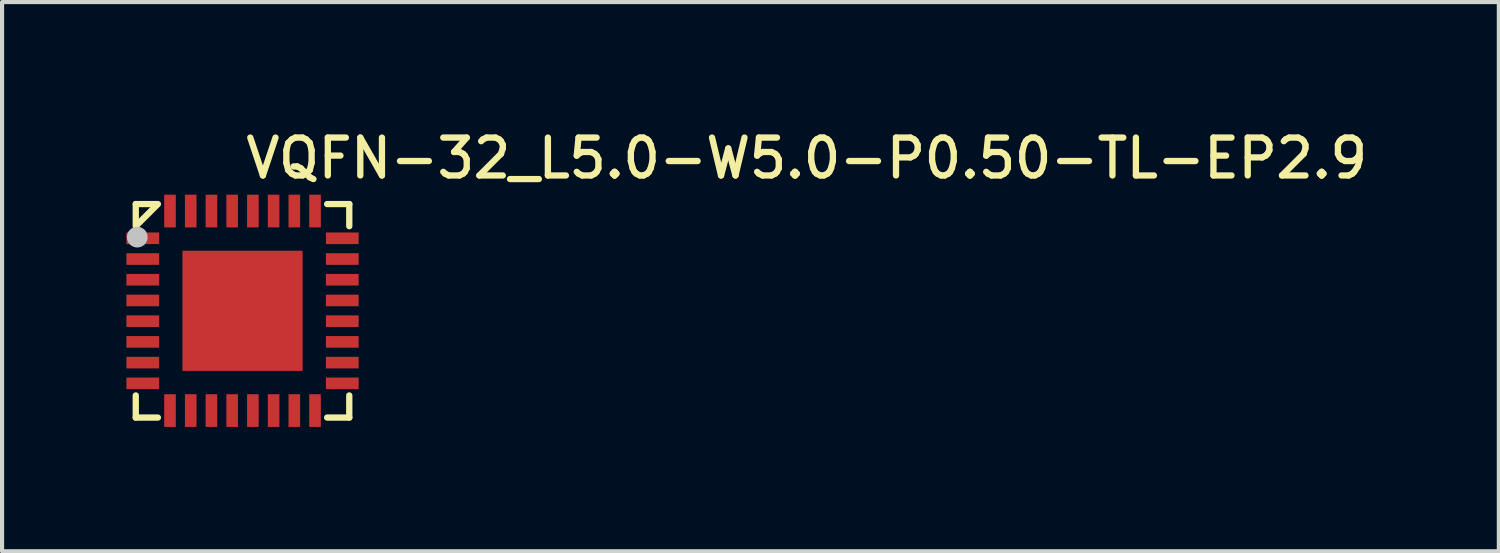
<source format=kicad_pcb>
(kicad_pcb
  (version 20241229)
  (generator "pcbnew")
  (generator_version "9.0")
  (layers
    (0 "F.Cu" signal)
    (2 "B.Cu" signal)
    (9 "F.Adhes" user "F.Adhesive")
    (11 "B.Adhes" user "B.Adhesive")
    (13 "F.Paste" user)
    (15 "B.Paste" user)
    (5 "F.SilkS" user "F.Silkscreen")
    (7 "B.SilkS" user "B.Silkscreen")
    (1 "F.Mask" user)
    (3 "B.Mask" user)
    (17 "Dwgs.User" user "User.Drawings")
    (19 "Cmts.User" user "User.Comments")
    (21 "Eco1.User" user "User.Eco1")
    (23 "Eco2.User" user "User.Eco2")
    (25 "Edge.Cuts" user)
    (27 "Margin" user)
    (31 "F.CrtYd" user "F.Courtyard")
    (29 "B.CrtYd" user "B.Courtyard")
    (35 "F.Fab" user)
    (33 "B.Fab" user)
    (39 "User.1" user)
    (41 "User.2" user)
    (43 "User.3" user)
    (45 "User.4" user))
  (footprint "VQFN-32_L5.0-W5.0-P0.50-TL-EP2.9"
    (layer "F.Cu")
    (at 2.802 4.45)
    (property "Reference" "VQFN-32_L5.0-W5.0-P0.50-TL-EP2.9" (at 0 -4.216 0) (layer "F.SilkS") (effects (font (size 0.914 0.914) (thickness 0.152)) (justify left top)))
    (fp_line (start -2.576 -2.576) (end -2.042 -2.576) (stroke (width 0.152) (type default)) (layer "F.SilkS"))
    (fp_line (start -2.576 -2.042) (end -2.576 -2.576) (stroke (width 0.152) (type default)) (layer "F.SilkS"))
    (fp_line (start -2.576 2.042) (end -2.576 2.576) (stroke (width 0.152) (type default)) (layer "F.SilkS"))
    (fp_line (start -2.576 2.576) (end -2.042 2.576) (stroke (width 0.152) (type default)) (layer "F.SilkS"))
    (fp_line (start -2.07 -2.549) (end -2.549 -2.07) (stroke (width 0.152) (type default)) (layer "F.SilkS"))
    (fp_line (start 2.576 -2.576) (end 2.042 -2.576) (stroke (width 0.152) (type default)) (layer "F.SilkS"))
    (fp_line (start 2.576 -2.042) (end 2.576 -2.576) (stroke (width 0.152) (type default)) (layer "F.SilkS"))
    (fp_line (start 2.576 2.042) (end 2.576 2.576) (stroke (width 0.152) (type default)) (layer "F.SilkS"))
    (fp_line (start 2.576 2.576) (end 2.042 2.576) (stroke (width 0.152) (type default)) (layer "F.SilkS"))
    (fp_circle (center -2.54 -1.778) (end -2.415 -1.778) (stroke (width 0.25) (type default)) (fill no) (layer "Dwgs.User"))
    (fp_circle (center -2.5 -2.5) (end -2.47 -2.5) (stroke (width 0.06) (type default)) (fill no) (layer "User.5"))
    (pad "1" smd rect (at -2.407 -1.75) (size 0.79 0.28) (layers "F.Cu" "F.Mask" "F.Paste"))
    (pad "2" smd rect (at -2.407 -1.25) (size 0.79 0.28) (layers "F.Cu" "F.Mask" "F.Paste"))
    (pad "3" smd rect (at -2.407 -0.75) (size 0.79 0.28) (layers "F.Cu" "F.Mask" "F.Paste"))
    (pad "4" smd rect (at -2.407 -0.25) (size 0.79 0.28) (layers "F.Cu" "F.Mask" "F.Paste"))
    (pad "5" smd rect (at -2.407 0.25) (size 0.79 0.28) (layers "F.Cu" "F.Mask" "F.Paste"))
    (pad "6" smd rect (at -2.407 0.75) (size 0.79 0.28) (layers "F.Cu" "F.Mask" "F.Paste"))
    (pad "7" smd rect (at -2.407 1.25) (size 0.79 0.28) (layers "F.Cu" "F.Mask" "F.Paste"))
    (pad "8" smd rect (at -2.407 1.75) (size 0.79 0.28) (layers "F.Cu" "F.Mask" "F.Paste"))
    (pad "9" smd rect (at -1.75 2.407) (size 0.28 0.79) (layers "F.Cu" "F.Mask" "F.Paste"))
    (pad "10" smd rect (at -1.25 2.407) (size 0.28 0.79) (layers "F.Cu" "F.Mask" "F.Paste"))
    (pad "11" smd rect (at -0.75 2.407) (size 0.28 0.79) (layers "F.Cu" "F.Mask" "F.Paste"))
    (pad "12" smd rect (at -0.25 2.407) (size 0.28 0.79) (layers "F.Cu" "F.Mask" "F.Paste"))
    (pad "13" smd rect (at 0.25 2.407) (size 0.28 0.79) (layers "F.Cu" "F.Mask" "F.Paste"))
    (pad "14" smd rect (at 0.75 2.407) (size 0.28 0.79) (layers "F.Cu" "F.Mask" "F.Paste"))
    (pad "15" smd rect (at 1.25 2.407) (size 0.28 0.79) (layers "F.Cu" "F.Mask" "F.Paste"))
    (pad "16" smd rect (at 1.75 2.407) (size 0.28 0.79) (layers "F.Cu" "F.Mask" "F.Paste"))
    (pad "17" smd rect (at 2.407 1.75) (size 0.79 0.28) (layers "F.Cu" "F.Mask" "F.Paste"))
    (pad "18" smd rect (at 2.407 1.25) (size 0.79 0.28) (layers "F.Cu" "F.Mask" "F.Paste"))
    (pad "19" smd rect (at 2.407 0.75) (size 0.79 0.28) (layers "F.Cu" "F.Mask" "F.Paste"))
    (pad "20" smd rect (at 2.407 0.25) (size 0.79 0.28) (layers "F.Cu" "F.Mask" "F.Paste"))
    (pad "21" smd rect (at 2.407 -0.25) (size 0.79 0.28) (layers "F.Cu" "F.Mask" "F.Paste"))
    (pad "22" smd rect (at 2.407 -0.75) (size 0.79 0.28) (layers "F.Cu" "F.Mask" "F.Paste"))
    (pad "23" smd rect (at 2.407 -1.25) (size 0.79 0.28) (layers "F.Cu" "F.Mask" "F.Paste"))
    (pad "24" smd rect (at 2.407 -1.75) (size 0.79 0.28) (layers "F.Cu" "F.Mask" "F.Paste"))
    (pad "25" smd rect (at 1.75 -2.407) (size 0.28 0.79) (layers "F.Cu" "F.Mask" "F.Paste"))
    (pad "26" smd rect (at 1.25 -2.407) (size 0.28 0.79) (layers "F.Cu" "F.Mask" "F.Paste"))
    (pad "27" smd rect (at 0.75 -2.407) (size 0.28 0.79) (layers "F.Cu" "F.Mask" "F.Paste"))
    (pad "28" smd rect (at 0.25 -2.407) (size 0.28 0.79) (layers "F.Cu" "F.Mask" "F.Paste"))
    (pad "29" smd rect (at -0.25 -2.407) (size 0.28 0.79) (layers "F.Cu" "F.Mask" "F.Paste"))
    (pad "30" smd rect (at -0.75 -2.407) (size 0.28 0.79) (layers "F.Cu" "F.Mask" "F.Paste"))
    (pad "31" smd rect (at -1.25 -2.407) (size 0.28 0.79) (layers "F.Cu" "F.Mask" "F.Paste"))
    (pad "32" smd rect (at -1.75 -2.407) (size 0.28 0.79) (layers "F.Cu" "F.Mask" "F.Paste"))
    (pad "33" smd rect (at 0 0) (size 2.9 2.9) (layers "F.Cu" "F.Mask" "F.Paste"))
    (zone (net_name "") (layer "F.SilkS") (hatch edge 0.5) (priority 100) (connect_pads yes) (min_thickness 0) (filled_areas_thickness no) (fill yes) (polygon (pts (xy 0.76 1.863) (xy 0.226 2.397) (xy 0.226 1.863))) (filled_polygon (layer "F.SilkS") (island) (pts (xy 0.76 1.863) (xy 0.226 2.397) (xy 0.226 1.863))))
    (zone (net_name "") (layer "F.Paste") (hatch edge 0.5) (priority 100) (connect_pads yes) (min_thickness 0) (filled_areas_thickness no) (fill yes) (polygon (pts (xy 0.79 2.829) (xy 0.79 2.549) (xy 0 2.549) (xy 0 2.829))) (filled_polygon (layer "F.Paste") (island) (pts (xy 0.79 2.829) (xy 0.79 2.549) (xy 0 2.549) (xy 0 2.829))))
    (zone (net_name "") (layer "F.Paste") (hatch edge 0.5) (priority 100) (connect_pads yes) (min_thickness 0) (filled_areas_thickness no) (fill yes) (polygon (pts (xy 0.79 3.33) (xy 0.79 3.05) (xy 0 3.05) (xy 0 3.33))) (filled_polygon (layer "F.Paste") (island) (pts (xy 0.79 3.33) (xy 0.79 3.05) (xy 0 3.05) (xy 0 3.33))))
    (zone (net_name "") (layer "F.Paste") (hatch edge 0.5) (priority 100) (connect_pads yes) (min_thickness 0) (filled_areas_thickness no) (fill yes) (polygon (pts (xy 0.79 3.829) (xy 0.79 3.549) (xy 0 3.549) (xy 0 3.829))) (filled_polygon (layer "F.Paste") (island) (pts (xy 0.79 3.829) (xy 0.79 3.549) (xy 0 3.549) (xy 0 3.829))))
    (zone (net_name "") (layer "F.Paste") (hatch edge 0.5) (priority 100) (connect_pads yes) (min_thickness 0) (filled_areas_thickness no) (fill yes) (polygon (pts (xy 0.79 4.33) (xy 0.79 4.05) (xy 0 4.05) (xy 0 4.33))) (filled_polygon (layer "F.Paste") (island) (pts (xy 0.79 4.33) (xy 0.79 4.05) (xy 0 4.05) (xy 0 4.33))))
    (zone (net_name "") (layer "F.Paste") (hatch edge 0.5) (priority 100) (connect_pads yes) (min_thickness 0) (filled_areas_thickness no) (fill yes) (polygon (pts (xy 0.79 4.829) (xy 0.79 4.549) (xy 0 4.549) (xy 0 4.829))) (filled_polygon (layer "F.Paste") (island) (pts (xy 0.79 4.829) (xy 0.79 4.549) (xy 0 4.549) (xy 0 4.829))))
    (zone (net_name "") (layer "F.Paste") (hatch edge 0.5) (priority 100) (connect_pads yes) (min_thickness 0) (filled_areas_thickness no) (fill yes) (polygon (pts (xy 0.79 5.33) (xy 0.79 5.05) (xy 0 5.05) (xy 0 5.33))) (filled_polygon (layer "F.Paste") (island) (pts (xy 0.79 5.33) (xy 0.79 5.05) (xy 0 5.05) (xy 0 5.33))))
    (zone (net_name "") (layer "F.Paste") (hatch edge 0.5) (priority 100) (connect_pads yes) (min_thickness 0) (filled_areas_thickness no) (fill yes) (polygon (pts (xy 0.79 5.829) (xy 0.79 5.549) (xy 0 5.549) (xy 0 5.829))) (filled_polygon (layer "F.Paste") (island) (pts (xy 0.79 5.829) (xy 0.79 5.549) (xy 0 5.549) (xy 0 5.829))))
    (zone (net_name "") (layer "F.Paste") (hatch edge 0.5) (priority 100) (connect_pads yes) (min_thickness 0) (filled_areas_thickness no) (fill yes) (polygon (pts (xy 0.79 6.33) (xy 0.79 6.05) (xy 0 6.05) (xy 0 6.33))) (filled_polygon (layer "F.Paste") (island) (pts (xy 0.79 6.33) (xy 0.79 6.05) (xy 0 6.05) (xy 0 6.33))))
    (zone (net_name "") (layer "F.Paste") (hatch edge 0.5) (priority 100) (connect_pads yes) (min_thickness 0) (filled_areas_thickness no) (fill yes) (polygon (pts (xy 1.192 1.637) (xy 0.912 1.637) (xy 0.912 2.427) (xy 1.192 2.427))) (filled_polygon (layer "F.Paste") (island) (pts (xy 1.192 1.637) (xy 0.912 1.637) (xy 0.912 2.427) (xy 1.192 2.427))))
    (zone (net_name "") (layer "F.Paste") (hatch edge 0.5) (priority 100) (connect_pads yes) (min_thickness 0) (filled_areas_thickness no) (fill yes) (polygon (pts (xy 1.192 6.452) (xy 0.912 6.452) (xy 0.912 7.242) (xy 1.192 7.242))) (filled_polygon (layer "F.Paste") (island) (pts (xy 1.192 6.452) (xy 0.912 6.452) (xy 0.912 7.242) (xy 1.192 7.242))))
    (zone (net_name "") (layer "F.Paste") (hatch edge 0.5) (priority 100) (connect_pads yes) (min_thickness 0) (filled_areas_thickness no) (fill yes) (polygon (pts (xy 1.642 3.28) (xy 3.962 3.28) (xy 3.962 5.6) (xy 1.642 5.6))) (filled_polygon (layer "F.Paste") (island) (pts (xy 1.642 3.28) (xy 3.962 3.28) (xy 3.962 5.6) (xy 1.642 5.6))))
    (zone (net_name "") (layer "F.Paste") (hatch edge 0.5) (priority 100) (connect_pads yes) (min_thickness 0) (filled_areas_thickness no) (fill yes) (polygon (pts (xy 1.692 1.637) (xy 1.413 1.637) (xy 1.413 2.427) (xy 1.692 2.427))) (filled_polygon (layer "F.Paste") (island) (pts (xy 1.692 1.637) (xy 1.413 1.637) (xy 1.413 2.427) (xy 1.692 2.427))))
    (zone (net_name "") (layer "F.Paste") (hatch edge 0.5) (priority 100) (connect_pads yes) (min_thickness 0) (filled_areas_thickness no) (fill yes) (polygon (pts (xy 1.692 6.452) (xy 1.413 6.452) (xy 1.413 7.242) (xy 1.692 7.242))) (filled_polygon (layer "F.Paste") (island) (pts (xy 1.692 6.452) (xy 1.413 6.452) (xy 1.413 7.242) (xy 1.692 7.242))))
    (zone (net_name "") (layer "F.Paste") (hatch edge 0.5) (priority 100) (connect_pads yes) (min_thickness 0) (filled_areas_thickness no) (fill yes) (polygon (pts (xy 2.192 1.637) (xy 1.912 1.637) (xy 1.912 2.427) (xy 2.192 2.427))) (filled_polygon (layer "F.Paste") (island) (pts (xy 2.192 1.637) (xy 1.912 1.637) (xy 1.912 2.427) (xy 2.192 2.427))))
    (zone (net_name "") (layer "F.Paste") (hatch edge 0.5) (priority 100) (connect_pads yes) (min_thickness 0) (filled_areas_thickness no) (fill yes) (polygon (pts (xy 2.192 6.452) (xy 1.912 6.452) (xy 1.912 7.242) (xy 2.192 7.242))) (filled_polygon (layer "F.Paste") (island) (pts (xy 2.192 6.452) (xy 1.912 6.452) (xy 1.912 7.242) (xy 2.192 7.242))))
    (zone (net_name "") (layer "F.Paste") (hatch edge 0.5) (priority 100) (connect_pads yes) (min_thickness 0) (filled_areas_thickness no) (fill yes) (polygon (pts (xy 2.692 1.637) (xy 2.413 1.637) (xy 2.413 2.427) (xy 2.692 2.427))) (filled_polygon (layer "F.Paste") (island) (pts (xy 2.692 1.637) (xy 2.413 1.637) (xy 2.413 2.427) (xy 2.692 2.427))))
    (zone (net_name "") (layer "F.Paste") (hatch edge 0.5) (priority 100) (connect_pads yes) (min_thickness 0) (filled_areas_thickness no) (fill yes) (polygon (pts (xy 2.692 6.452) (xy 2.413 6.452) (xy 2.413 7.242) (xy 2.692 7.242))) (filled_polygon (layer "F.Paste") (island) (pts (xy 2.692 6.452) (xy 2.413 6.452) (xy 2.413 7.242) (xy 2.692 7.242))))
    (zone (net_name "") (layer "F.Paste") (hatch edge 0.5) (priority 100) (connect_pads yes) (min_thickness 0) (filled_areas_thickness no) (fill yes) (polygon (pts (xy 3.192 1.637) (xy 2.912 1.637) (xy 2.912 2.427) (xy 3.192 2.427))) (filled_polygon (layer "F.Paste") (island) (pts (xy 3.192 1.637) (xy 2.912 1.637) (xy 2.912 2.427) (xy 3.192 2.427))))
    (zone (net_name "") (layer "F.Paste") (hatch edge 0.5) (priority 100) (connect_pads yes) (min_thickness 0) (filled_areas_thickness no) (fill yes) (polygon (pts (xy 3.192 6.452) (xy 2.912 6.452) (xy 2.912 7.242) (xy 3.192 7.242))) (filled_polygon (layer "F.Paste") (island) (pts (xy 3.192 6.452) (xy 2.912 6.452) (xy 2.912 7.242) (xy 3.192 7.242))))
    (zone (net_name "") (layer "F.Paste") (hatch edge 0.5) (priority 100) (connect_pads yes) (min_thickness 0) (filled_areas_thickness no) (fill yes) (polygon (pts (xy 3.692 1.637) (xy 3.413 1.637) (xy 3.413 2.427) (xy 3.692 2.427))) (filled_polygon (layer "F.Paste") (island) (pts (xy 3.692 1.637) (xy 3.413 1.637) (xy 3.413 2.427) (xy 3.692 2.427))))
    (zone (net_name "") (layer "F.Paste") (hatch edge 0.5) (priority 100) (connect_pads yes) (min_thickness 0) (filled_areas_thickness no) (fill yes) (polygon (pts (xy 3.692 6.452) (xy 3.413 6.452) (xy 3.413 7.242) (xy 3.692 7.242))) (filled_polygon (layer "F.Paste") (island) (pts (xy 3.692 6.452) (xy 3.413 6.452) (xy 3.413 7.242) (xy 3.692 7.242))))
    (zone (net_name "") (layer "F.Paste") (hatch edge 0.5) (priority 100) (connect_pads yes) (min_thickness 0) (filled_areas_thickness no) (fill yes) (polygon (pts (xy 4.192 1.637) (xy 3.912 1.637) (xy 3.912 2.427) (xy 4.192 2.427))) (filled_polygon (layer "F.Paste") (island) (pts (xy 4.192 1.637) (xy 3.912 1.637) (xy 3.912 2.427) (xy 4.192 2.427))))
    (zone (net_name "") (layer "F.Paste") (hatch edge 0.5) (priority 100) (connect_pads yes) (min_thickness 0) (filled_areas_thickness no) (fill yes) (polygon (pts (xy 4.192 6.452) (xy 3.912 6.452) (xy 3.912 7.242) (xy 4.192 7.242))) (filled_polygon (layer "F.Paste") (island) (pts (xy 4.192 6.452) (xy 3.912 6.452) (xy 3.912 7.242) (xy 4.192 7.242))))
    (zone (net_name "") (layer "F.Paste") (hatch edge 0.5) (priority 100) (connect_pads yes) (min_thickness 0) (filled_areas_thickness no) (fill yes) (polygon (pts (xy 4.692 1.637) (xy 4.412 1.637) (xy 4.412 2.427) (xy 4.692 2.427))) (filled_polygon (layer "F.Paste") (island) (pts (xy 4.692 1.637) (xy 4.412 1.637) (xy 4.412 2.427) (xy 4.692 2.427))))
    (zone (net_name "") (layer "F.Paste") (hatch edge 0.5) (priority 100) (connect_pads yes) (min_thickness 0) (filled_areas_thickness no) (fill yes) (polygon (pts (xy 4.692 6.452) (xy 4.412 6.452) (xy 4.412 7.242) (xy 4.692 7.242))) (filled_polygon (layer "F.Paste") (island) (pts (xy 4.692 6.452) (xy 4.412 6.452) (xy 4.412 7.242) (xy 4.692 7.242))))
    (zone (net_name "") (layer "F.Paste") (hatch edge 0.5) (priority 100) (connect_pads yes) (min_thickness 0) (filled_areas_thickness no) (fill yes) (polygon (pts (xy 5.605 2.829) (xy 5.605 2.549) (xy 4.815 2.549) (xy 4.815 2.829))) (filled_polygon (layer "F.Paste") (island) (pts (xy 5.605 2.829) (xy 5.605 2.549) (xy 4.815 2.549) (xy 4.815 2.829))))
    (zone (net_name "") (layer "F.Paste") (hatch edge 0.5) (priority 100) (connect_pads yes) (min_thickness 0) (filled_areas_thickness no) (fill yes) (polygon (pts (xy 5.605 3.33) (xy 5.605 3.05) (xy 4.815 3.05) (xy 4.815 3.33))) (filled_polygon (layer "F.Paste") (island) (pts (xy 5.605 3.33) (xy 5.605 3.05) (xy 4.815 3.05) (xy 4.815 3.33))))
    (zone (net_name "") (layer "F.Paste") (hatch edge 0.5) (priority 100) (connect_pads yes) (min_thickness 0) (filled_areas_thickness no) (fill yes) (polygon (pts (xy 5.605 3.829) (xy 5.605 3.549) (xy 4.815 3.549) (xy 4.815 3.829))) (filled_polygon (layer "F.Paste") (island) (pts (xy 5.605 3.829) (xy 5.605 3.549) (xy 4.815 3.549) (xy 4.815 3.829))))
    (zone (net_name "") (layer "F.Paste") (hatch edge 0.5) (priority 100) (connect_pads yes) (min_thickness 0) (filled_areas_thickness no) (fill yes) (polygon (pts (xy 5.605 4.33) (xy 5.605 4.05) (xy 4.815 4.05) (xy 4.815 4.33))) (filled_polygon (layer "F.Paste") (island) (pts (xy 5.605 4.33) (xy 5.605 4.05) (xy 4.815 4.05) (xy 4.815 4.33))))
    (zone (net_name "") (layer "F.Paste") (hatch edge 0.5) (priority 100) (connect_pads yes) (min_thickness 0) (filled_areas_thickness no) (fill yes) (polygon (pts (xy 5.605 4.829) (xy 5.605 4.549) (xy 4.815 4.549) (xy 4.815 4.829))) (filled_polygon (layer "F.Paste") (island) (pts (xy 5.605 4.829) (xy 5.605 4.549) (xy 4.815 4.549) (xy 4.815 4.829))))
    (zone (net_name "") (layer "F.Paste") (hatch edge 0.5) (priority 100) (connect_pads yes) (min_thickness 0) (filled_areas_thickness no) (fill yes) (polygon (pts (xy 5.605 5.33) (xy 5.605 5.05) (xy 4.815 5.05) (xy 4.815 5.33))) (filled_polygon (layer "F.Paste") (island) (pts (xy 5.605 5.33) (xy 5.605 5.05) (xy 4.815 5.05) (xy 4.815 5.33))))
    (zone (net_name "") (layer "F.Paste") (hatch edge 0.5) (priority 100) (connect_pads yes) (min_thickness 0) (filled_areas_thickness no) (fill yes) (polygon (pts (xy 5.605 5.829) (xy 5.605 5.549) (xy 4.815 5.549) (xy 4.815 5.829))) (filled_polygon (layer "F.Paste") (island) (pts (xy 5.605 5.829) (xy 5.605 5.549) (xy 4.815 5.549) (xy 4.815 5.829))))
    (zone (net_name "") (layer "F.Paste") (hatch edge 0.5) (priority 100) (connect_pads yes) (min_thickness 0) (filled_areas_thickness no) (fill yes) (polygon (pts (xy 5.605 6.33) (xy 5.605 6.05) (xy 4.815 6.05) (xy 4.815 6.33))) (filled_polygon (layer "F.Paste") (island) (pts (xy 5.605 6.33) (xy 5.605 6.05) (xy 4.815 6.05) (xy 4.815 6.33))))
    (zone (net_name "") (layer "User.3") (hatch edge 0.5) (priority 100) (connect_pads yes) (min_thickness 0) (filled_areas_thickness no) (fill yes) (polygon (pts (xy 0.302 6.94) (xy 5.302 6.94) (xy 5.302 1.94) (xy 0.302 1.94))) (filled_polygon (layer "User.3") (island) (pts (xy 0.302 6.94) (xy 5.302 6.94) (xy 5.302 1.94) (xy 0.302 1.94))))
    (zone (net_name "") (layer "User.4") (hatch edge 0.5) (priority 100) (connect_pads yes) (min_thickness 0) (filled_areas_thickness no) (fill yes) (polygon (pts (xy 0.302 2.815) (xy 0.702 2.815) (xy 0.702 2.565) (xy 0.302 2.565))) (filled_polygon (layer "User.4") (island) (pts (xy 0.302 2.815) (xy 0.702 2.815) (xy 0.702 2.565) (xy 0.302 2.565))))
    (zone (net_name "") (layer "User.4") (hatch edge 0.5) (priority 100) (connect_pads yes) (min_thickness 0) (filled_areas_thickness no) (fill yes) (polygon (pts (xy 0.302 3.315) (xy 0.702 3.315) (xy 0.702 3.065) (xy 0.302 3.065))) (filled_polygon (layer "User.4") (island) (pts (xy 0.302 3.315) (xy 0.702 3.315) (xy 0.702 3.065) (xy 0.302 3.065))))
    (zone (net_name "") (layer "User.4") (hatch edge 0.5) (priority 100) (connect_pads yes) (min_thickness 0) (filled_areas_thickness no) (fill yes) (polygon (pts (xy 0.302 3.815) (xy 0.702 3.815) (xy 0.702 3.565) (xy 0.302 3.565))) (filled_polygon (layer "User.4") (island) (pts (xy 0.302 3.815) (xy 0.702 3.815) (xy 0.702 3.565) (xy 0.302 3.565))))
    (zone (net_name "") (layer "User.4") (hatch edge 0.5) (priority 100) (connect_pads yes) (min_thickness 0) (filled_areas_thickness no) (fill yes) (polygon (pts (xy 0.302 4.315) (xy 0.702 4.315) (xy 0.702 4.065) (xy 0.302 4.065))) (filled_polygon (layer "User.4") (island) (pts (xy 0.302 4.315) (xy 0.702 4.315) (xy 0.702 4.065) (xy 0.302 4.065))))
    (zone (net_name "") (layer "User.4") (hatch edge 0.5) (priority 100) (connect_pads yes) (min_thickness 0) (filled_areas_thickness no) (fill yes) (polygon (pts (xy 0.302 4.815) (xy 0.702 4.815) (xy 0.702 4.565) (xy 0.302 4.565))) (filled_polygon (layer "User.4") (island) (pts (xy 0.302 4.815) (xy 0.702 4.815) (xy 0.702 4.565) (xy 0.302 4.565))))
    (zone (net_name "") (layer "User.4") (hatch edge 0.5) (priority 100) (connect_pads yes) (min_thickness 0) (filled_areas_thickness no) (fill yes) (polygon (pts (xy 0.302 5.315) (xy 0.702 5.315) (xy 0.702 5.065) (xy 0.302 5.065))) (filled_polygon (layer "User.4") (island) (pts (xy 0.302 5.315) (xy 0.702 5.315) (xy 0.702 5.065) (xy 0.302 5.065))))
    (zone (net_name "") (layer "User.4") (hatch edge 0.5) (priority 100) (connect_pads yes) (min_thickness 0) (filled_areas_thickness no) (fill yes) (polygon (pts (xy 0.302 5.815) (xy 0.702 5.815) (xy 0.702 5.565) (xy 0.302 5.565))) (filled_polygon (layer "User.4") (island) (pts (xy 0.302 5.815) (xy 0.702 5.815) (xy 0.702 5.565) (xy 0.302 5.565))))
    (zone (net_name "") (layer "User.4") (hatch edge 0.5) (priority 100) (connect_pads yes) (min_thickness 0) (filled_areas_thickness no) (fill yes) (polygon (pts (xy 0.302 6.315) (xy 0.702 6.315) (xy 0.702 6.065) (xy 0.302 6.065))) (filled_polygon (layer "User.4") (island) (pts (xy 0.302 6.315) (xy 0.702 6.315) (xy 0.702 6.065) (xy 0.302 6.065))))
    (zone (net_name "") (layer "User.4") (hatch edge 0.5) (priority 100) (connect_pads yes) (min_thickness 0) (filled_areas_thickness no) (fill yes) (polygon (pts (xy 0.927 1.94) (xy 1.177 1.94) (xy 1.177 2.34) (xy 0.927 2.34))) (filled_polygon (layer "User.4") (island) (pts (xy 0.927 1.94) (xy 1.177 1.94) (xy 1.177 2.34) (xy 0.927 2.34))))
    (zone (net_name "") (layer "User.4") (hatch edge 0.5) (priority 100) (connect_pads yes) (min_thickness 0) (filled_areas_thickness no) (fill yes) (polygon (pts (xy 0.927 6.94) (xy 1.177 6.94) (xy 1.177 6.54) (xy 0.927 6.54))) (filled_polygon (layer "User.4") (island) (pts (xy 0.927 6.94) (xy 1.177 6.94) (xy 1.177 6.54) (xy 0.927 6.54))))
    (zone (net_name "") (layer "User.4") (hatch edge 0.5) (priority 100) (connect_pads yes) (min_thickness 0) (filled_areas_thickness no) (fill yes) (polygon (pts (xy 1.352 2.99) (xy 4.252 2.99) (xy 4.252 5.89) (xy 1.352 5.89))) (filled_polygon (layer "User.4") (island) (pts (xy 1.352 2.99) (xy 4.252 2.99) (xy 4.252 5.89) (xy 1.352 5.89))))
    (zone (net_name "") (layer "User.4") (hatch edge 0.5) (priority 100) (connect_pads yes) (min_thickness 0) (filled_areas_thickness no) (fill yes) (polygon (pts (xy 1.427 1.94) (xy 1.677 1.94) (xy 1.677 2.34) (xy 1.427 2.34))) (filled_polygon (layer "User.4") (island) (pts (xy 1.427 1.94) (xy 1.677 1.94) (xy 1.677 2.34) (xy 1.427 2.34))))
    (zone (net_name "") (layer "User.4") (hatch edge 0.5) (priority 100) (connect_pads yes) (min_thickness 0) (filled_areas_thickness no) (fill yes) (polygon (pts (xy 1.427 6.94) (xy 1.677 6.94) (xy 1.677 6.54) (xy 1.427 6.54))) (filled_polygon (layer "User.4") (island) (pts (xy 1.427 6.94) (xy 1.677 6.94) (xy 1.677 6.54) (xy 1.427 6.54))))
    (zone (net_name "") (layer "User.4") (hatch edge 0.5) (priority 100) (connect_pads yes) (min_thickness 0) (filled_areas_thickness no) (fill yes) (polygon (pts (xy 1.927 1.94) (xy 2.177 1.94) (xy 2.177 2.34) (xy 1.927 2.34))) (filled_polygon (layer "User.4") (island) (pts (xy 1.927 1.94) (xy 2.177 1.94) (xy 2.177 2.34) (xy 1.927 2.34))))
    (zone (net_name "") (layer "User.4") (hatch edge 0.5) (priority 100) (connect_pads yes) (min_thickness 0) (filled_areas_thickness no) (fill yes) (polygon (pts (xy 1.927 6.94) (xy 2.177 6.94) (xy 2.177 6.54) (xy 1.927 6.54))) (filled_polygon (layer "User.4") (island) (pts (xy 1.927 6.94) (xy 2.177 6.94) (xy 2.177 6.54) (xy 1.927 6.54))))
    (zone (net_name "") (layer "User.4") (hatch edge 0.5) (priority 100) (connect_pads yes) (min_thickness 0) (filled_areas_thickness no) (fill yes) (polygon (pts (xy 2.427 1.94) (xy 2.677 1.94) (xy 2.677 2.34) (xy 2.427 2.34))) (filled_polygon (layer "User.4") (island) (pts (xy 2.427 1.94) (xy 2.677 1.94) (xy 2.677 2.34) (xy 2.427 2.34))))
    (zone (net_name "") (layer "User.4") (hatch edge 0.5) (priority 100) (connect_pads yes) (min_thickness 0) (filled_areas_thickness no) (fill yes) (polygon (pts (xy 2.427 6.94) (xy 2.677 6.94) (xy 2.677 6.54) (xy 2.427 6.54))) (filled_polygon (layer "User.4") (island) (pts (xy 2.427 6.94) (xy 2.677 6.94) (xy 2.677 6.54) (xy 2.427 6.54))))
    (zone (net_name "") (layer "User.4") (hatch edge 0.5) (priority 100) (connect_pads yes) (min_thickness 0) (filled_areas_thickness no) (fill yes) (polygon (pts (xy 2.927 1.94) (xy 3.177 1.94) (xy 3.177 2.34) (xy 2.927 2.34))) (filled_polygon (layer "User.4") (island) (pts (xy 2.927 1.94) (xy 3.177 1.94) (xy 3.177 2.34) (xy 2.927 2.34))))
    (zone (net_name "") (layer "User.4") (hatch edge 0.5) (priority 100) (connect_pads yes) (min_thickness 0) (filled_areas_thickness no) (fill yes) (polygon (pts (xy 2.927 6.94) (xy 3.177 6.94) (xy 3.177 6.54) (xy 2.927 6.54))) (filled_polygon (layer "User.4") (island) (pts (xy 2.927 6.94) (xy 3.177 6.94) (xy 3.177 6.54) (xy 2.927 6.54))))
    (zone (net_name "") (layer "User.4") (hatch edge 0.5) (priority 100) (connect_pads yes) (min_thickness 0) (filled_areas_thickness no) (fill yes) (polygon (pts (xy 3.427 1.94) (xy 3.677 1.94) (xy 3.677 2.34) (xy 3.427 2.34))) (filled_polygon (layer "User.4") (island) (pts (xy 3.427 1.94) (xy 3.677 1.94) (xy 3.677 2.34) (xy 3.427 2.34))))
    (zone (net_name "") (layer "User.4") (hatch edge 0.5) (priority 100) (connect_pads yes) (min_thickness 0) (filled_areas_thickness no) (fill yes) (polygon (pts (xy 3.427 6.94) (xy 3.677 6.94) (xy 3.677 6.54) (xy 3.427 6.54))) (filled_polygon (layer "User.4") (island) (pts (xy 3.427 6.94) (xy 3.677 6.94) (xy 3.677 6.54) (xy 3.427 6.54))))
    (zone (net_name "") (layer "User.4") (hatch edge 0.5) (priority 100) (connect_pads yes) (min_thickness 0) (filled_areas_thickness no) (fill yes) (polygon (pts (xy 3.927 1.94) (xy 4.177 1.94) (xy 4.177 2.34) (xy 3.927 2.34))) (filled_polygon (layer "User.4") (island) (pts (xy 3.927 1.94) (xy 4.177 1.94) (xy 4.177 2.34) (xy 3.927 2.34))))
    (zone (net_name "") (layer "User.4") (hatch edge 0.5) (priority 100) (connect_pads yes) (min_thickness 0) (filled_areas_thickness no) (fill yes) (polygon (pts (xy 3.927 6.94) (xy 4.177 6.94) (xy 4.177 6.54) (xy 3.927 6.54))) (filled_polygon (layer "User.4") (island) (pts (xy 3.927 6.94) (xy 4.177 6.94) (xy 4.177 6.54) (xy 3.927 6.54))))
    (zone (net_name "") (layer "User.4") (hatch edge 0.5) (priority 100) (connect_pads yes) (min_thickness 0) (filled_areas_thickness no) (fill yes) (polygon (pts (xy 4.427 1.94) (xy 4.677 1.94) (xy 4.677 2.34) (xy 4.427 2.34))) (filled_polygon (layer "User.4") (island) (pts (xy 4.427 1.94) (xy 4.677 1.94) (xy 4.677 2.34) (xy 4.427 2.34))))
    (zone (net_name "") (layer "User.4") (hatch edge 0.5) (priority 100) (connect_pads yes) (min_thickness 0) (filled_areas_thickness no) (fill yes) (polygon (pts (xy 4.427 6.94) (xy 4.677 6.94) (xy 4.677 6.54) (xy 4.427 6.54))) (filled_polygon (layer "User.4") (island) (pts (xy 4.427 6.94) (xy 4.677 6.94) (xy 4.677 6.54) (xy 4.427 6.54))))
    (zone (net_name "") (layer "User.4") (hatch edge 0.5) (priority 100) (connect_pads yes) (min_thickness 0) (filled_areas_thickness no) (fill yes) (polygon (pts (xy 5.302 2.815) (xy 4.902 2.815) (xy 4.902 2.565) (xy 5.302 2.565))) (filled_polygon (layer "User.4") (island) (pts (xy 5.302 2.815) (xy 4.902 2.815) (xy 4.902 2.565) (xy 5.302 2.565))))
    (zone (net_name "") (layer "User.4") (hatch edge 0.5) (priority 100) (connect_pads yes) (min_thickness 0) (filled_areas_thickness no) (fill yes) (polygon (pts (xy 5.302 3.315) (xy 4.902 3.315) (xy 4.902 3.065) (xy 5.302 3.065))) (filled_polygon (layer "User.4") (island) (pts (xy 5.302 3.315) (xy 4.902 3.315) (xy 4.902 3.065) (xy 5.302 3.065))))
    (zone (net_name "") (layer "User.4") (hatch edge 0.5) (priority 100) (connect_pads yes) (min_thickness 0) (filled_areas_thickness no) (fill yes) (polygon (pts (xy 5.302 3.815) (xy 4.902 3.815) (xy 4.902 3.565) (xy 5.302 3.565))) (filled_polygon (layer "User.4") (island) (pts (xy 5.302 3.815) (xy 4.902 3.815) (xy 4.902 3.565) (xy 5.302 3.565))))
    (zone (net_name "") (layer "User.4") (hatch edge 0.5) (priority 100) (connect_pads yes) (min_thickness 0) (filled_areas_thickness no) (fill yes) (polygon (pts (xy 5.302 4.315) (xy 4.902 4.315) (xy 4.902 4.065) (xy 5.302 4.065))) (filled_polygon (layer "User.4") (island) (pts (xy 5.302 4.315) (xy 4.902 4.315) (xy 4.902 4.065) (xy 5.302 4.065))))
    (zone (net_name "") (layer "User.4") (hatch edge 0.5) (priority 100) (connect_pads yes) (min_thickness 0) (filled_areas_thickness no) (fill yes) (polygon (pts (xy 5.302 4.815) (xy 4.902 4.815) (xy 4.902 4.565) (xy 5.302 4.565))) (filled_polygon (layer "User.4") (island) (pts (xy 5.302 4.815) (xy 4.902 4.815) (xy 4.902 4.565) (xy 5.302 4.565))))
    (zone (net_name "") (layer "User.4") (hatch edge 0.5) (priority 100) (connect_pads yes) (min_thickness 0) (filled_areas_thickness no) (fill yes) (polygon (pts (xy 5.302 5.315) (xy 4.902 5.315) (xy 4.902 5.065) (xy 5.302 5.065))) (filled_polygon (layer "User.4") (island) (pts (xy 5.302 5.315) (xy 4.902 5.315) (xy 4.902 5.065) (xy 5.302 5.065))))
    (zone (net_name "") (layer "User.4") (hatch edge 0.5) (priority 100) (connect_pads yes) (min_thickness 0) (filled_areas_thickness no) (fill yes) (polygon (pts (xy 5.302 5.815) (xy 4.902 5.815) (xy 4.902 5.565) (xy 5.302 5.565))) (filled_polygon (layer "User.4") (island) (pts (xy 5.302 5.815) (xy 4.902 5.815) (xy 4.902 5.565) (xy 5.302 5.565))))
    (zone (net_name "") (layer "User.4") (hatch edge 0.5) (priority 100) (connect_pads yes) (min_thickness 0) (filled_areas_thickness no) (fill yes) (polygon (pts (xy 5.302 6.315) (xy 4.902 6.315) (xy 4.902 6.065) (xy 5.302 6.065))) (filled_polygon (layer "User.4") (island) (pts (xy 5.302 6.315) (xy 4.902 6.315) (xy 4.902 6.065) (xy 5.302 6.065)))))
  (gr_rect
    (start -3 -3)
    (end 33.117 10.252)
    (stroke (width 0.1) (type default))
    (fill no)
    (layer "Edge.Cuts")))
</source>
